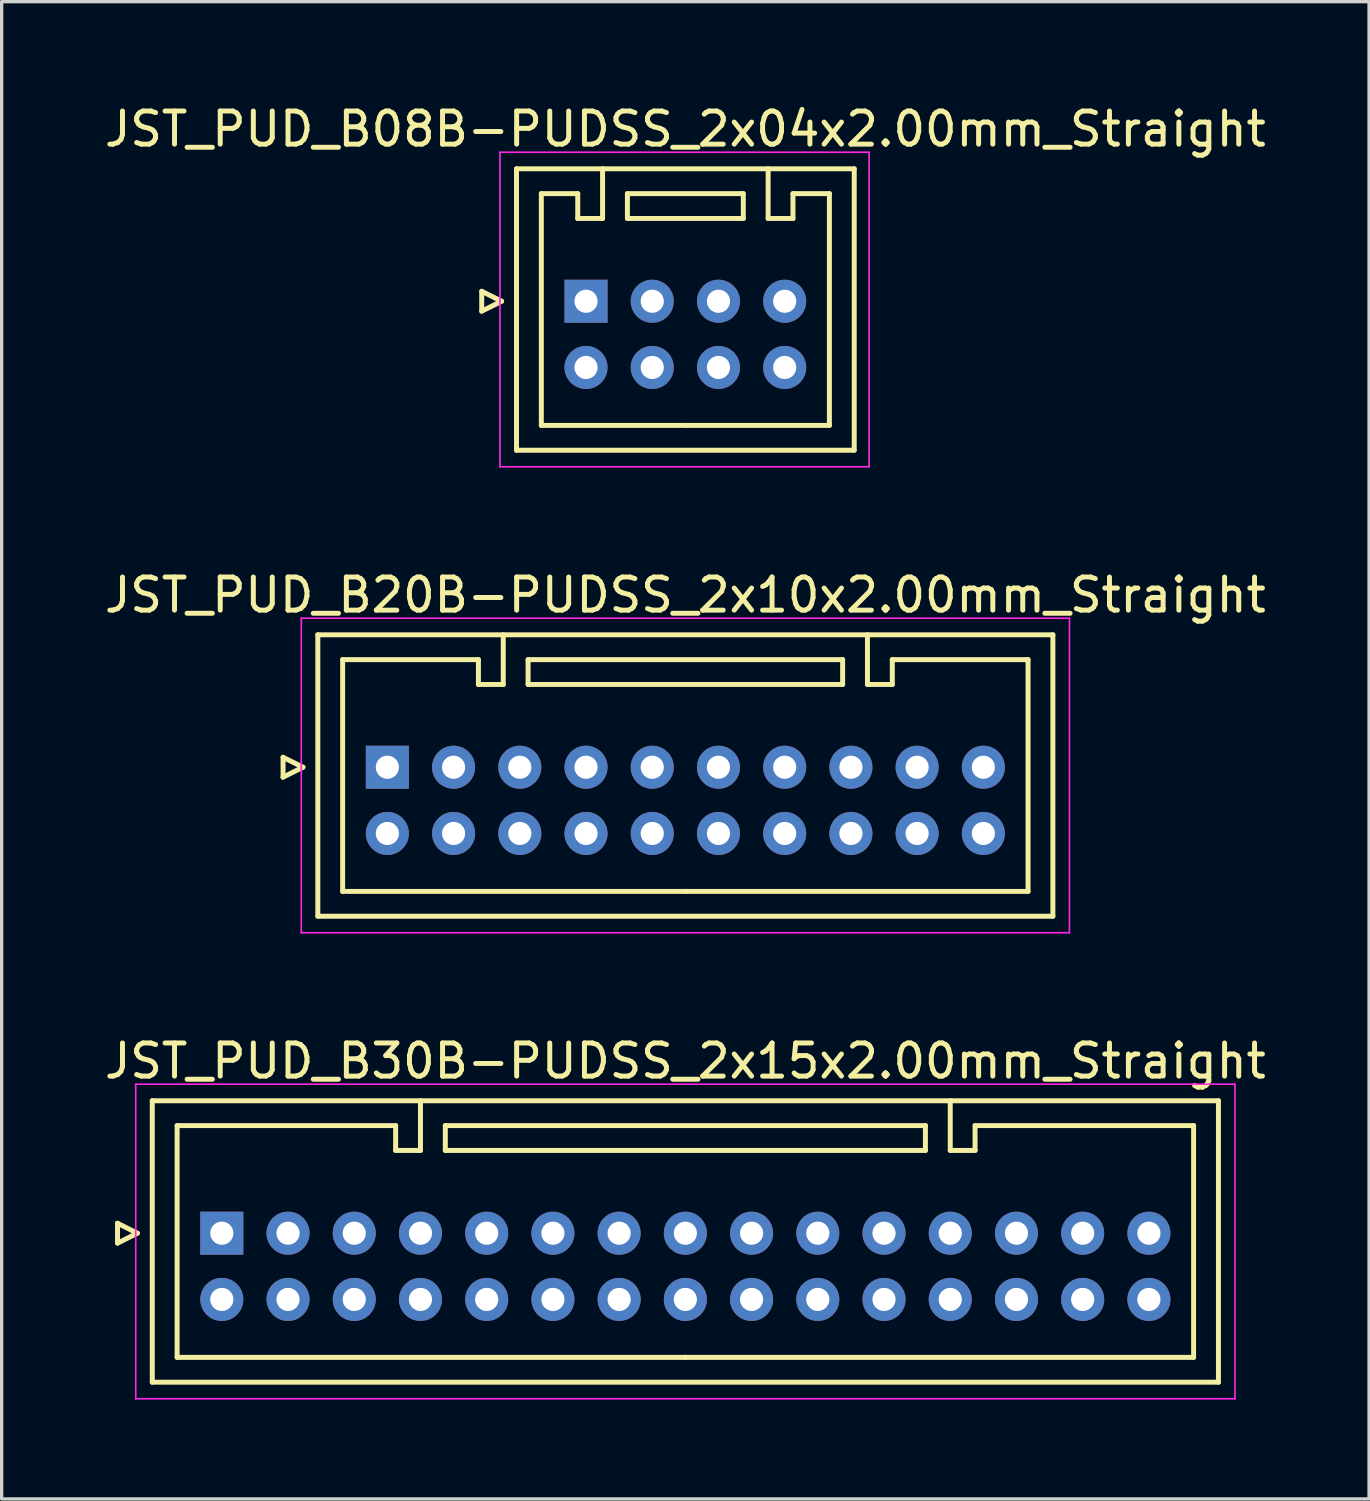
<source format=kicad_pcb>
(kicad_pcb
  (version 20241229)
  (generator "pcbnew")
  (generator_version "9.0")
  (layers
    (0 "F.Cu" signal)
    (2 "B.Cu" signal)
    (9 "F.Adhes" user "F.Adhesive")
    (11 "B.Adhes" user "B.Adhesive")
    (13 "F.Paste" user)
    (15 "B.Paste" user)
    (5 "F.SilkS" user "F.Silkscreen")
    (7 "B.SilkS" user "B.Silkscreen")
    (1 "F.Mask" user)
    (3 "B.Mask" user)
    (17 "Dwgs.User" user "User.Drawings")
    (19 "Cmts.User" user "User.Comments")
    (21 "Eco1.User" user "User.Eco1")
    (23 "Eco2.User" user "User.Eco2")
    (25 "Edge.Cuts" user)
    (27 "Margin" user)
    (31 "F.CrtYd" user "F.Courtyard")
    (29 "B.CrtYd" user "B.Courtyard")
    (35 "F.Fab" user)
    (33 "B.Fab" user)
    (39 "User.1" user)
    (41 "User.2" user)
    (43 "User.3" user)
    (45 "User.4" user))
  (footprint "JST_PUD_B20B-PUDSS_2x10x2.00mm_Straight"
    (layer "F.Cu")
    (at 8.649 20.122)
    (property "Reference" "JST_PUD_B20B-PUDSS_2x10x2.00mm_Straight" (at 9 -5.2 0) (layer "F.SilkS") (effects (font (size 1 1) (thickness 0.15))))
    (attr through_hole)
    (fp_line (start -3.15 -0.3) (end -2.55 0) (stroke (width 0.15) (type solid)) (layer "F.SilkS"))
    (fp_line (start -3.15 0.3) (end -3.15 -0.3) (stroke (width 0.15) (type solid)) (layer "F.SilkS"))
    (fp_line (start -2.55 0) (end -3.15 0.3) (stroke (width 0.15) (type solid)) (layer "F.SilkS"))
    (fp_line (start -2.1 -4) (end -2.1 4.5) (stroke (width 0.15) (type solid)) (layer "F.SilkS"))
    (fp_line (start -2.1 4.5) (end 20.1 4.5) (stroke (width 0.15) (type solid)) (layer "F.SilkS"))
    (fp_line (start -1.35 -3.25) (end -1.35 3.75) (stroke (width 0.15) (type solid)) (layer "F.SilkS"))
    (fp_line (start -1.35 3.75) (end 9 3.75) (stroke (width 0.15) (type solid)) (layer "F.SilkS"))
    (fp_line (start 2.75 -3.25) (end -1.35 -3.25) (stroke (width 0.15) (type solid)) (layer "F.SilkS"))
    (fp_line (start 2.75 -2.5) (end 2.75 -3.25) (stroke (width 0.15) (type solid)) (layer "F.SilkS"))
    (fp_line (start 3.5 -4) (end 3.5 -2.5) (stroke (width 0.15) (type solid)) (layer "F.SilkS"))
    (fp_line (start 3.5 -2.5) (end 2.75 -2.5) (stroke (width 0.15) (type solid)) (layer "F.SilkS"))
    (fp_line (start 4.25 -3.25) (end 4.25 -2.5) (stroke (width 0.15) (type solid)) (layer "F.SilkS"))
    (fp_line (start 4.25 -2.5) (end 13.75 -2.5) (stroke (width 0.15) (type solid)) (layer "F.SilkS"))
    (fp_line (start 13.75 -3.25) (end 4.25 -3.25) (stroke (width 0.15) (type solid)) (layer "F.SilkS"))
    (fp_line (start 13.75 -2.5) (end 13.75 -3.25) (stroke (width 0.15) (type solid)) (layer "F.SilkS"))
    (fp_line (start 14.5 -4) (end 14.5 -2.5) (stroke (width 0.15) (type solid)) (layer "F.SilkS"))
    (fp_line (start 14.5 -2.5) (end 15.25 -2.5) (stroke (width 0.15) (type solid)) (layer "F.SilkS"))
    (fp_line (start 15.25 -3.25) (end 19.35 -3.25) (stroke (width 0.15) (type solid)) (layer "F.SilkS"))
    (fp_line (start 15.25 -2.5) (end 15.25 -3.25) (stroke (width 0.15) (type solid)) (layer "F.SilkS"))
    (fp_line (start 19.35 -3.25) (end 19.35 3.75) (stroke (width 0.15) (type solid)) (layer "F.SilkS"))
    (fp_line (start 19.35 3.75) (end 9 3.75) (stroke (width 0.15) (type solid)) (layer "F.SilkS"))
    (fp_line (start 20.1 -4) (end -2.1 -4) (stroke (width 0.15) (type solid)) (layer "F.SilkS"))
    (fp_line (start 20.1 4.5) (end 20.1 -4) (stroke (width 0.15) (type solid)) (layer "F.SilkS"))
    (fp_line (start -2.6 -4.5) (end -2.6 5) (stroke (width 0.05) (type solid)) (layer "F.CrtYd"))
    (fp_line (start -2.6 5) (end 20.6 5) (stroke (width 0.05) (type solid)) (layer "F.CrtYd"))
    (fp_line (start 20.6 -4.5) (end -2.6 -4.5) (stroke (width 0.05) (type solid)) (layer "F.CrtYd"))
    (fp_line (start 20.6 5) (end 20.6 -4.5) (stroke (width 0.05) (type solid)) (layer "F.CrtYd"))
    (pad "1" thru_hole rect (at 0 0) (size 1.3 1.3) (drill 0.7) (layers "*.Cu" "*.Mask"))
    (pad "2" thru_hole circle (at 0 2) (size 1.3 1.3) (drill 0.7) (layers "*.Cu" "*.Mask"))
    (pad "3" thru_hole circle (at 2 0) (size 1.3 1.3) (drill 0.7) (layers "*.Cu" "*.Mask"))
    (pad "4" thru_hole circle (at 2 2) (size 1.3 1.3) (drill 0.7) (layers "*.Cu" "*.Mask"))
    (pad "5" thru_hole circle (at 4 0) (size 1.3 1.3) (drill 0.7) (layers "*.Cu" "*.Mask"))
    (pad "6" thru_hole circle (at 4 2) (size 1.3 1.3) (drill 0.7) (layers "*.Cu" "*.Mask"))
    (pad "7" thru_hole circle (at 6 0) (size 1.3 1.3) (drill 0.7) (layers "*.Cu" "*.Mask"))
    (pad "8" thru_hole circle (at 6 2) (size 1.3 1.3) (drill 0.7) (layers "*.Cu" "*.Mask"))
    (pad "9" thru_hole circle (at 8 0) (size 1.3 1.3) (drill 0.7) (layers "*.Cu" "*.Mask"))
    (pad "10" thru_hole circle (at 8 2) (size 1.3 1.3) (drill 0.7) (layers "*.Cu" "*.Mask"))
    (pad "11" thru_hole circle (at 10 0) (size 1.3 1.3) (drill 0.7) (layers "*.Cu" "*.Mask"))
    (pad "12" thru_hole circle (at 10 2) (size 1.3 1.3) (drill 0.7) (layers "*.Cu" "*.Mask"))
    (pad "13" thru_hole circle (at 12 0) (size 1.3 1.3) (drill 0.7) (layers "*.Cu" "*.Mask"))
    (pad "14" thru_hole circle (at 12 2) (size 1.3 1.3) (drill 0.7) (layers "*.Cu" "*.Mask"))
    (pad "15" thru_hole circle (at 14 0) (size 1.3 1.3) (drill 0.7) (layers "*.Cu" "*.Mask"))
    (pad "16" thru_hole circle (at 14 2) (size 1.3 1.3) (drill 0.7) (layers "*.Cu" "*.Mask"))
    (pad "17" thru_hole circle (at 16 0) (size 1.3 1.3) (drill 0.7) (layers "*.Cu" "*.Mask"))
    (pad "18" thru_hole circle (at 16 2) (size 1.3 1.3) (drill 0.7) (layers "*.Cu" "*.Mask"))
    (pad "19" thru_hole circle (at 18 0) (size 1.3 1.3) (drill 0.7) (layers "*.Cu" "*.Mask"))
    (pad "20" thru_hole circle (at 18 2) (size 1.3 1.3) (drill 0.7) (layers "*.Cu" "*.Mask")))
  (footprint "JST_PUD_B30B-PUDSS_2x15x2.00mm_Straight"
    (layer "F.Cu")
    (at 3.649 34.195)
    (property "Reference" "JST_PUD_B30B-PUDSS_2x15x2.00mm_Straight" (at 14 -5.2 0) (layer "F.SilkS") (effects (font (size 1 1) (thickness 0.15))))
    (attr through_hole)
    (fp_line (start -3.15 -0.3) (end -2.55 0) (stroke (width 0.15) (type solid)) (layer "F.SilkS"))
    (fp_line (start -3.15 0.3) (end -3.15 -0.3) (stroke (width 0.15) (type solid)) (layer "F.SilkS"))
    (fp_line (start -2.55 0) (end -3.15 0.3) (stroke (width 0.15) (type solid)) (layer "F.SilkS"))
    (fp_line (start -2.1 -4) (end -2.1 4.5) (stroke (width 0.15) (type solid)) (layer "F.SilkS"))
    (fp_line (start -2.1 4.5) (end 30.1 4.5) (stroke (width 0.15) (type solid)) (layer "F.SilkS"))
    (fp_line (start -1.35 -3.25) (end -1.35 3.75) (stroke (width 0.15) (type solid)) (layer "F.SilkS"))
    (fp_line (start -1.35 3.75) (end 14 3.75) (stroke (width 0.15) (type solid)) (layer "F.SilkS"))
    (fp_line (start 5.25 -3.25) (end -1.35 -3.25) (stroke (width 0.15) (type solid)) (layer "F.SilkS"))
    (fp_line (start 5.25 -2.5) (end 5.25 -3.25) (stroke (width 0.15) (type solid)) (layer "F.SilkS"))
    (fp_line (start 6 -4) (end 6 -2.5) (stroke (width 0.15) (type solid)) (layer "F.SilkS"))
    (fp_line (start 6 -2.5) (end 5.25 -2.5) (stroke (width 0.15) (type solid)) (layer "F.SilkS"))
    (fp_line (start 6.75 -3.25) (end 6.75 -2.5) (stroke (width 0.15) (type solid)) (layer "F.SilkS"))
    (fp_line (start 6.75 -2.5) (end 21.25 -2.5) (stroke (width 0.15) (type solid)) (layer "F.SilkS"))
    (fp_line (start 21.25 -3.25) (end 6.75 -3.25) (stroke (width 0.15) (type solid)) (layer "F.SilkS"))
    (fp_line (start 21.25 -2.5) (end 21.25 -3.25) (stroke (width 0.15) (type solid)) (layer "F.SilkS"))
    (fp_line (start 22 -4) (end 22 -2.5) (stroke (width 0.15) (type solid)) (layer "F.SilkS"))
    (fp_line (start 22 -2.5) (end 22.75 -2.5) (stroke (width 0.15) (type solid)) (layer "F.SilkS"))
    (fp_line (start 22.75 -3.25) (end 29.35 -3.25) (stroke (width 0.15) (type solid)) (layer "F.SilkS"))
    (fp_line (start 22.75 -2.5) (end 22.75 -3.25) (stroke (width 0.15) (type solid)) (layer "F.SilkS"))
    (fp_line (start 29.35 -3.25) (end 29.35 3.75) (stroke (width 0.15) (type solid)) (layer "F.SilkS"))
    (fp_line (start 29.35 3.75) (end 14 3.75) (stroke (width 0.15) (type solid)) (layer "F.SilkS"))
    (fp_line (start 30.1 -4) (end -2.1 -4) (stroke (width 0.15) (type solid)) (layer "F.SilkS"))
    (fp_line (start 30.1 4.5) (end 30.1 -4) (stroke (width 0.15) (type solid)) (layer "F.SilkS"))
    (fp_line (start -2.6 -4.5) (end -2.6 5) (stroke (width 0.05) (type solid)) (layer "F.CrtYd"))
    (fp_line (start -2.6 5) (end 30.6 5) (stroke (width 0.05) (type solid)) (layer "F.CrtYd"))
    (fp_line (start 30.6 -4.5) (end -2.6 -4.5) (stroke (width 0.05) (type solid)) (layer "F.CrtYd"))
    (fp_line (start 30.6 5) (end 30.6 -4.5) (stroke (width 0.05) (type solid)) (layer "F.CrtYd"))
    (pad "1" thru_hole rect (at 0 0) (size 1.3 1.3) (drill 0.7) (layers "*.Cu" "*.Mask"))
    (pad "2" thru_hole circle (at 0 2) (size 1.3 1.3) (drill 0.7) (layers "*.Cu" "*.Mask"))
    (pad "3" thru_hole circle (at 2 0) (size 1.3 1.3) (drill 0.7) (layers "*.Cu" "*.Mask"))
    (pad "4" thru_hole circle (at 2 2) (size 1.3 1.3) (drill 0.7) (layers "*.Cu" "*.Mask"))
    (pad "5" thru_hole circle (at 4 0) (size 1.3 1.3) (drill 0.7) (layers "*.Cu" "*.Mask"))
    (pad "6" thru_hole circle (at 4 2) (size 1.3 1.3) (drill 0.7) (layers "*.Cu" "*.Mask"))
    (pad "7" thru_hole circle (at 6 0) (size 1.3 1.3) (drill 0.7) (layers "*.Cu" "*.Mask"))
    (pad "8" thru_hole circle (at 6 2) (size 1.3 1.3) (drill 0.7) (layers "*.Cu" "*.Mask"))
    (pad "9" thru_hole circle (at 8 0) (size 1.3 1.3) (drill 0.7) (layers "*.Cu" "*.Mask"))
    (pad "10" thru_hole circle (at 8 2) (size 1.3 1.3) (drill 0.7) (layers "*.Cu" "*.Mask"))
    (pad "11" thru_hole circle (at 10 0) (size 1.3 1.3) (drill 0.7) (layers "*.Cu" "*.Mask"))
    (pad "12" thru_hole circle (at 10 2) (size 1.3 1.3) (drill 0.7) (layers "*.Cu" "*.Mask"))
    (pad "13" thru_hole circle (at 12 0) (size 1.3 1.3) (drill 0.7) (layers "*.Cu" "*.Mask"))
    (pad "14" thru_hole circle (at 12 2) (size 1.3 1.3) (drill 0.7) (layers "*.Cu" "*.Mask"))
    (pad "15" thru_hole circle (at 14 0) (size 1.3 1.3) (drill 0.7) (layers "*.Cu" "*.Mask"))
    (pad "16" thru_hole circle (at 14 2) (size 1.3 1.3) (drill 0.7) (layers "*.Cu" "*.Mask"))
    (pad "17" thru_hole circle (at 16 0) (size 1.3 1.3) (drill 0.7) (layers "*.Cu" "*.Mask"))
    (pad "18" thru_hole circle (at 16 2) (size 1.3 1.3) (drill 0.7) (layers "*.Cu" "*.Mask"))
    (pad "19" thru_hole circle (at 18 0) (size 1.3 1.3) (drill 0.7) (layers "*.Cu" "*.Mask"))
    (pad "20" thru_hole circle (at 18 2) (size 1.3 1.3) (drill 0.7) (layers "*.Cu" "*.Mask"))
    (pad "21" thru_hole circle (at 20 0) (size 1.3 1.3) (drill 0.7) (layers "*.Cu" "*.Mask"))
    (pad "22" thru_hole circle (at 20 2) (size 1.3 1.3) (drill 0.7) (layers "*.Cu" "*.Mask"))
    (pad "23" thru_hole circle (at 22 0) (size 1.3 1.3) (drill 0.7) (layers "*.Cu" "*.Mask"))
    (pad "24" thru_hole circle (at 22 2) (size 1.3 1.3) (drill 0.7) (layers "*.Cu" "*.Mask"))
    (pad "25" thru_hole circle (at 24 0) (size 1.3 1.3) (drill 0.7) (layers "*.Cu" "*.Mask"))
    (pad "26" thru_hole circle (at 24 2) (size 1.3 1.3) (drill 0.7) (layers "*.Cu" "*.Mask"))
    (pad "27" thru_hole circle (at 26 0) (size 1.3 1.3) (drill 0.7) (layers "*.Cu" "*.Mask"))
    (pad "28" thru_hole circle (at 26 2) (size 1.3 1.3) (drill 0.7) (layers "*.Cu" "*.Mask"))
    (pad "29" thru_hole circle (at 28 0) (size 1.3 1.3) (drill 0.7) (layers "*.Cu" "*.Mask"))
    (pad "30" thru_hole circle (at 28 2) (size 1.3 1.3) (drill 0.7) (layers "*.Cu" "*.Mask")))
  (footprint "JST_PUD_B08B-PUDSS_2x04x2.00mm_Straight"
    (layer "F.Cu")
    (at 14.649 6.048)
    (property "Reference" "JST_PUD_B08B-PUDSS_2x04x2.00mm_Straight" (at 3 -5.2 0) (layer "F.SilkS") (effects (font (size 1 1) (thickness 0.15))))
    (attr through_hole)
    (fp_line (start -3.15 -0.3) (end -2.55 0) (stroke (width 0.15) (type solid)) (layer "F.SilkS"))
    (fp_line (start -3.15 0.3) (end -3.15 -0.3) (stroke (width 0.15) (type solid)) (layer "F.SilkS"))
    (fp_line (start -2.55 0) (end -3.15 0.3) (stroke (width 0.15) (type solid)) (layer "F.SilkS"))
    (fp_line (start -2.1 -4) (end -2.1 4.5) (stroke (width 0.15) (type solid)) (layer "F.SilkS"))
    (fp_line (start -2.1 4.5) (end 8.1 4.5) (stroke (width 0.15) (type solid)) (layer "F.SilkS"))
    (fp_line (start -1.35 -3.25) (end -1.35 3.75) (stroke (width 0.15) (type solid)) (layer "F.SilkS"))
    (fp_line (start -1.35 3.75) (end 3 3.75) (stroke (width 0.15) (type solid)) (layer "F.SilkS"))
    (fp_line (start -0.25 -3.25) (end -1.35 -3.25) (stroke (width 0.15) (type solid)) (layer "F.SilkS"))
    (fp_line (start -0.25 -2.5) (end -0.25 -3.25) (stroke (width 0.15) (type solid)) (layer "F.SilkS"))
    (fp_line (start 0.5 -4) (end 0.5 -2.5) (stroke (width 0.15) (type solid)) (layer "F.SilkS"))
    (fp_line (start 0.5 -2.5) (end -0.25 -2.5) (stroke (width 0.15) (type solid)) (layer "F.SilkS"))
    (fp_line (start 1.25 -3.25) (end 1.25 -2.5) (stroke (width 0.15) (type solid)) (layer "F.SilkS"))
    (fp_line (start 1.25 -2.5) (end 4.75 -2.5) (stroke (width 0.15) (type solid)) (layer "F.SilkS"))
    (fp_line (start 4.75 -3.25) (end 1.25 -3.25) (stroke (width 0.15) (type solid)) (layer "F.SilkS"))
    (fp_line (start 4.75 -2.5) (end 4.75 -3.25) (stroke (width 0.15) (type solid)) (layer "F.SilkS"))
    (fp_line (start 5.5 -4) (end 5.5 -2.5) (stroke (width 0.15) (type solid)) (layer "F.SilkS"))
    (fp_line (start 5.5 -2.5) (end 6.25 -2.5) (stroke (width 0.15) (type solid)) (layer "F.SilkS"))
    (fp_line (start 6.25 -3.25) (end 7.35 -3.25) (stroke (width 0.15) (type solid)) (layer "F.SilkS"))
    (fp_line (start 6.25 -2.5) (end 6.25 -3.25) (stroke (width 0.15) (type solid)) (layer "F.SilkS"))
    (fp_line (start 7.35 -3.25) (end 7.35 3.75) (stroke (width 0.15) (type solid)) (layer "F.SilkS"))
    (fp_line (start 7.35 3.75) (end 3 3.75) (stroke (width 0.15) (type solid)) (layer "F.SilkS"))
    (fp_line (start 8.1 -4) (end -2.1 -4) (stroke (width 0.15) (type solid)) (layer "F.SilkS"))
    (fp_line (start 8.1 4.5) (end 8.1 -4) (stroke (width 0.15) (type solid)) (layer "F.SilkS"))
    (fp_line (start -2.6 -4.5) (end -2.6 5) (stroke (width 0.05) (type solid)) (layer "F.CrtYd"))
    (fp_line (start -2.6 5) (end 8.55 5) (stroke (width 0.05) (type solid)) (layer "F.CrtYd"))
    (fp_line (start 8.55 -4.5) (end -2.6 -4.5) (stroke (width 0.05) (type solid)) (layer "F.CrtYd"))
    (fp_line (start 8.55 5) (end 8.55 -4.5) (stroke (width 0.05) (type solid)) (layer "F.CrtYd"))
    (pad "1" thru_hole rect (at 0 0) (size 1.3 1.3) (drill 0.7) (layers "*.Cu" "*.Mask"))
    (pad "2" thru_hole circle (at 0 2) (size 1.3 1.3) (drill 0.7) (layers "*.Cu" "*.Mask"))
    (pad "3" thru_hole circle (at 2 0) (size 1.3 1.3) (drill 0.7) (layers "*.Cu" "*.Mask"))
    (pad "4" thru_hole circle (at 2 2) (size 1.3 1.3) (drill 0.7) (layers "*.Cu" "*.Mask"))
    (pad "5" thru_hole circle (at 4 0) (size 1.3 1.3) (drill 0.7) (layers "*.Cu" "*.Mask"))
    (pad "6" thru_hole circle (at 4 2) (size 1.3 1.3) (drill 0.7) (layers "*.Cu" "*.Mask"))
    (pad "7" thru_hole circle (at 6 0) (size 1.3 1.3) (drill 0.7) (layers "*.Cu" "*.Mask"))
    (pad "8" thru_hole circle (at 6 2) (size 1.3 1.3) (drill 0.7) (layers "*.Cu" "*.Mask")))
  (gr_rect
    (start -3 -3)
    (end 38.298 42.22)
    (stroke (width 0.1) (type default))
    (fill no)
    (layer "Edge.Cuts")))
</source>
